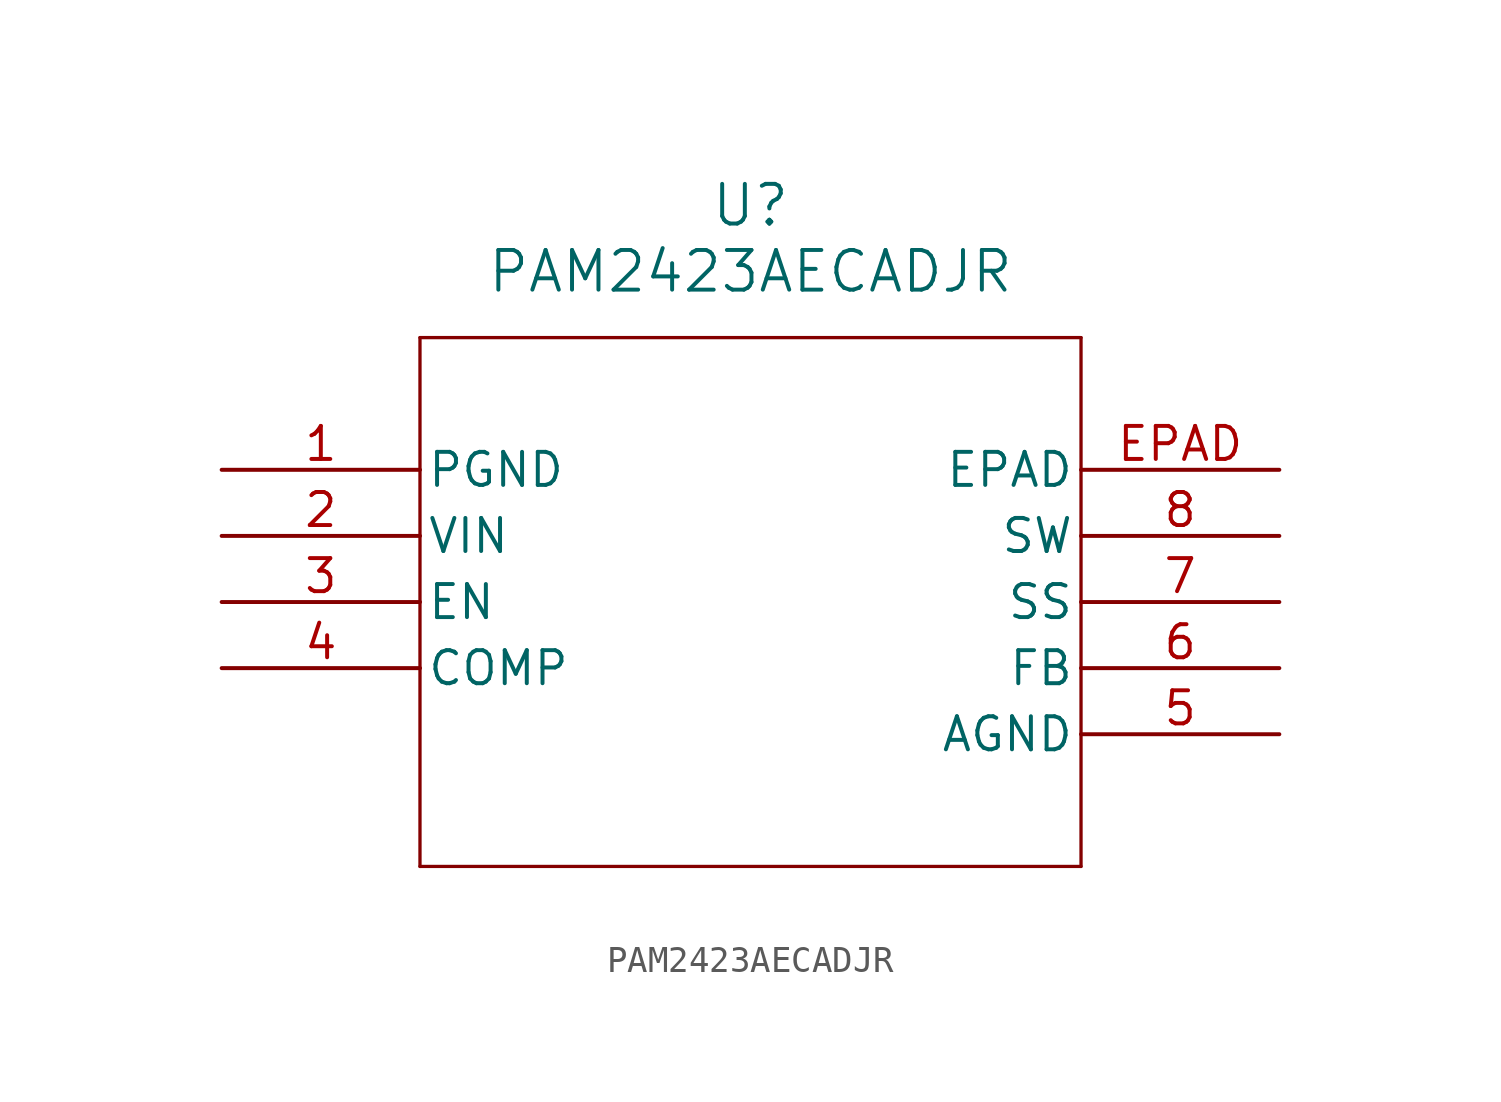
<source format=kicad_sym>
(kicad_symbol_lib
  (version 20211014)
  (generator kicad_symbol_editor)
  (symbol "PAM2423AECADJR"
    (pin_names
      (offset 0.254))
    (property "Reference" "U"
      (at 20.32 10.16 0)
      (effects (font (size 1.524 1.524))))
    (property "Value" "PAM2423AECADJR"
      (at 20.32 7.62 0)
      (effects (font (size 1.524 1.524))))
    (symbol "PAM2423AECADJR_0_1"
      (polyline (pts (xy 7.62 5.08) (xy 7.62 -15.24)) (stroke (width 0.127) (type default) (color 0 0 0 0)) (fill (type none)))
      (polyline (pts (xy 7.62 -15.24) (xy 33.02 -15.24)) (stroke (width 0.127) (type default) (color 0 0 0 0)) (fill (type none)))
      (polyline (pts (xy 33.02 -15.24) (xy 33.02 5.08)) (stroke (width 0.127) (type default) (color 0 0 0 0)) (fill (type none)))
      (polyline (pts (xy 33.02 5.08) (xy 7.62 5.08)) (stroke (width 0.127) (type default) (color 0 0 0 0)) (fill (type none)))
      (pin power_out line (at 0 0 0) (length 7.62) (name "PGND" (effects (font (size 1.27 1.27)))) (number "1" (effects (font (size 1.27 1.27)))))
      (pin unspecified line (at 0 -2.54 0) (length 7.62) (name "VIN" (effects (font (size 1.27 1.27)))) (number "2" (effects (font (size 1.27 1.27)))))
      (pin unspecified line (at 0 -5.08 0) (length 7.62) (name "EN" (effects (font (size 1.27 1.27)))) (number "3" (effects (font (size 1.27 1.27)))))
      (pin unspecified line (at 0 -7.62 0) (length 7.62) (name "COMP" (effects (font (size 1.27 1.27)))) (number "4" (effects (font (size 1.27 1.27)))))
      (pin power_out line (at 40.64 -10.16 180) (length 7.62) (name "AGND" (effects (font (size 1.27 1.27)))) (number "5" (effects (font (size 1.27 1.27)))))
      (pin unspecified line (at 40.64 -7.62 180) (length 7.62) (name "FB" (effects (font (size 1.27 1.27)))) (number "6" (effects (font (size 1.27 1.27)))))
      (pin unspecified line (at 40.64 -5.08 180) (length 7.62) (name "SS" (effects (font (size 1.27 1.27)))) (number "7" (effects (font (size 1.27 1.27)))))
      (pin unspecified line (at 40.64 -2.54 180) (length 7.62) (name "SW" (effects (font (size 1.27 1.27)))) (number "8" (effects (font (size 1.27 1.27)))))
      (pin unspecified line (at 40.64 0 180) (length 7.62) (name "EPAD" (effects (font (size 1.27 1.27)))) (number "EPAD" (effects (font (size 1.27 1.27))))))))
</source>
